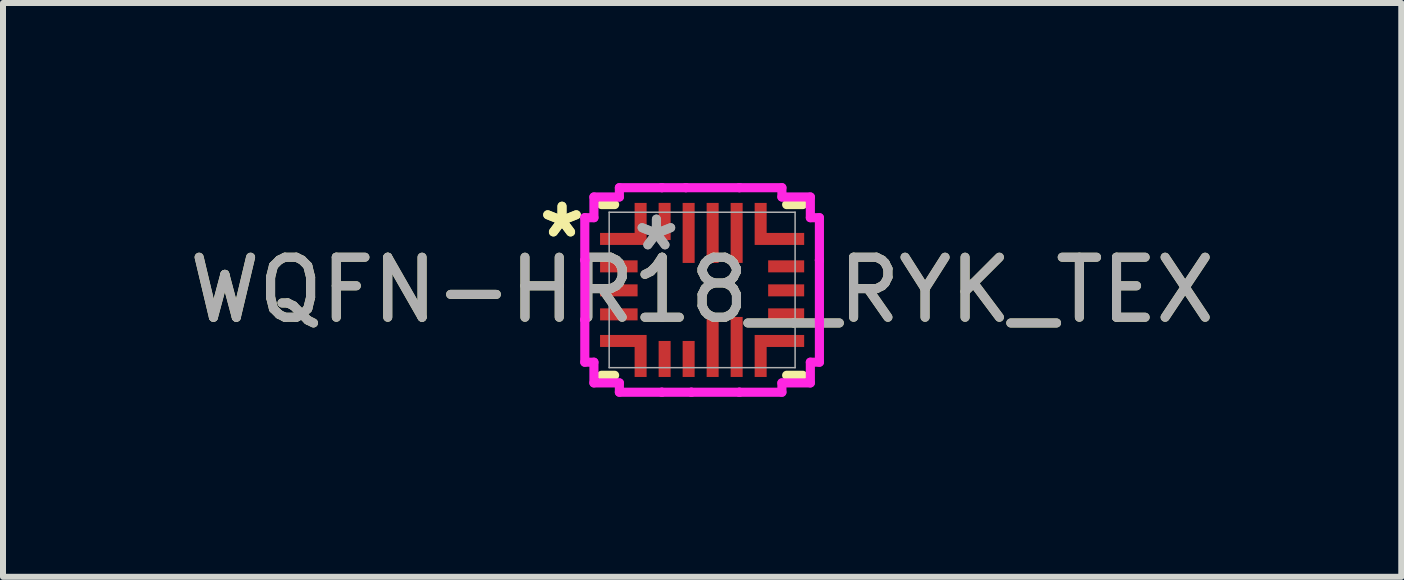
<source format=kicad_pcb>
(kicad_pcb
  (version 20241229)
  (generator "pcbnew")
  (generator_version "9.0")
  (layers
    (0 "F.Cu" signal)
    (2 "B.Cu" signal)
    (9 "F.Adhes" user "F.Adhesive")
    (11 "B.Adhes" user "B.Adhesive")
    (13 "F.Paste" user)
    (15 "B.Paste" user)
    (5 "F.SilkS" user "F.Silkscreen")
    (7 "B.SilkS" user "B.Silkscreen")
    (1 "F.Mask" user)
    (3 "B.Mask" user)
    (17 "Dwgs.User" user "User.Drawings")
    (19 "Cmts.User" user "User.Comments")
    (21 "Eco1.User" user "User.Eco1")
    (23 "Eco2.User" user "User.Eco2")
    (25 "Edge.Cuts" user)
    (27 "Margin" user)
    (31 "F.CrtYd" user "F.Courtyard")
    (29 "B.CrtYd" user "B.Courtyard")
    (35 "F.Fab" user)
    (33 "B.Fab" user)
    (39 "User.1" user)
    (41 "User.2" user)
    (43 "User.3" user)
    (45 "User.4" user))
  (footprint "WQFN-HR18__RYK_TEX"
    (layer "F.Cu")
    (at 8.649 1.781)
    (property "Reference" "WQFN-HR18__RYK_TEX" (at 0 0 0) (unlocked yes) (layer "F.SilkS") (effects (font (size 1 1) (thickness 0.15))))
    (attr smd)
    (fp_poly (pts (xy -1.701 -0.95) (xy -1.701 -0.75) (xy -0.925 -0.75) (xy -0.925 -1.45) (xy -1.125 -1.45) (xy -1.125 -0.95)) (stroke (width 0) (type solid)) (fill yes) (layer "F.Cu"))
    (fp_poly (pts (xy -1.701 0.95) (xy -1.701 0.75) (xy -0.925 0.75) (xy -0.925 1.45) (xy -1.125 1.45) (xy -1.125 0.95)) (stroke (width 0) (type solid)) (fill yes) (layer "F.Cu"))
    (fp_poly (pts (xy 0.875 -1.45) (xy 0.875 -0.75) (xy 1.7 -0.75) (xy 1.7 -0.95) (xy 1.075 -0.95) (xy 1.075 -1.45)) (stroke (width 0) (type solid)) (fill yes) (layer "F.Cu"))
    (fp_poly (pts (xy 0.875 1.45) (xy 0.875 0.75) (xy 1.7 0.75) (xy 1.7 0.95) (xy 1.075 0.95) (xy 1.075 1.45)) (stroke (width 0) (type solid)) (fill yes) (layer "F.Cu"))
    (fp_poly (pts (xy -1.701 -0.95) (xy -1.701 -0.75) (xy -0.925 -0.75) (xy -0.925 -1.45) (xy -1.125 -1.45) (xy -1.125 -0.95)) (stroke (width 0) (type solid)) (fill yes) (layer "F.Mask"))
    (fp_poly (pts (xy -1.701 0.95) (xy -1.701 0.75) (xy -0.925 0.75) (xy -0.925 1.45) (xy -1.125 1.45) (xy -1.125 0.95)) (stroke (width 0) (type solid)) (fill yes) (layer "F.Mask"))
    (fp_poly (pts (xy 0.875 -1.45) (xy 0.875 -0.75) (xy 1.7 -0.75) (xy 1.7 -0.95) (xy 1.075 -0.95) (xy 1.075 -1.45)) (stroke (width 0) (type solid)) (fill yes) (layer "F.Mask"))
    (fp_poly (pts (xy 0.875 1.45) (xy 0.875 0.75) (xy 1.7 0.75) (xy 1.7 0.95) (xy 1.075 0.95) (xy 1.075 1.45)) (stroke (width 0) (type solid)) (fill yes) (layer "F.Mask"))
    (fp_line (start -1.676 -1.422) (end -1.458 -1.422) (stroke (width 0.152) (type solid)) (layer "F.SilkS"))
    (fp_line (start -1.458 1.422) (end -1.676 1.422) (stroke (width 0.152) (type solid)) (layer "F.SilkS"))
    (fp_line (start 1.408 -1.422) (end 1.676 -1.422) (stroke (width 0.152) (type solid)) (layer "F.SilkS"))
    (fp_line (start 1.676 1.422) (end 1.408 1.422) (stroke (width 0.152) (type solid)) (layer "F.SilkS"))
    (fp_poly (pts (xy -1.701 -0.95) (xy -1.701 -0.75) (xy -0.925 -0.75) (xy -0.925 -1.45) (xy -1.125 -1.45) (xy -1.125 -0.95)) (stroke (width 0) (type solid)) (fill yes) (layer "F.Paste"))
    (fp_poly (pts (xy -1.701 0.95) (xy -1.701 0.75) (xy -0.925 0.75) (xy -0.925 1.45) (xy -1.125 1.45) (xy -1.125 0.95)) (stroke (width 0) (type solid)) (fill yes) (layer "F.Paste"))
    (fp_poly (pts (xy 0.875 -1.45) (xy 0.875 -0.75) (xy 1.7 -0.75) (xy 1.7 -0.95) (xy 1.075 -0.95) (xy 1.075 -1.45)) (stroke (width 0) (type solid)) (fill yes) (layer "F.Paste"))
    (fp_poly (pts (xy 0.875 1.45) (xy 0.875 0.75) (xy 1.7 0.75) (xy 1.7 0.95) (xy 1.075 0.95) (xy 1.075 1.45)) (stroke (width 0) (type solid)) (fill yes) (layer "F.Paste"))
    (fp_line (start -1.955 -1.204) (end -1.955 -0.496) (stroke (width 0.152) (type solid)) (layer "F.CrtYd"))
    (fp_line (start -1.955 -0.496) (end -1.954 -0.496) (stroke (width 0.152) (type solid)) (layer "F.CrtYd"))
    (fp_line (start -1.955 0.496) (end -1.955 1.204) (stroke (width 0.152) (type solid)) (layer "F.CrtYd"))
    (fp_line (start -1.955 1.204) (end -1.803 1.204) (stroke (width 0.152) (type solid)) (layer "F.CrtYd"))
    (fp_line (start -1.954 -0.496) (end -1.954 0.496) (stroke (width 0.152) (type solid)) (layer "F.CrtYd"))
    (fp_line (start -1.954 0.496) (end -1.955 0.496) (stroke (width 0.152) (type solid)) (layer "F.CrtYd"))
    (fp_line (start -1.803 -1.549) (end -1.803 -1.204) (stroke (width 0.152) (type solid)) (layer "F.CrtYd"))
    (fp_line (start -1.803 -1.204) (end -1.955 -1.204) (stroke (width 0.152) (type solid)) (layer "F.CrtYd"))
    (fp_line (start -1.803 1.204) (end -1.803 1.549) (stroke (width 0.152) (type solid)) (layer "F.CrtYd"))
    (fp_line (start -1.803 1.549) (end -1.379 1.549) (stroke (width 0.152) (type solid)) (layer "F.CrtYd"))
    (fp_line (start -1.379 -1.704) (end -1.379 -1.549) (stroke (width 0.152) (type solid)) (layer "F.CrtYd"))
    (fp_line (start -1.379 -1.549) (end -1.803 -1.549) (stroke (width 0.152) (type solid)) (layer "F.CrtYd"))
    (fp_line (start -1.379 1.549) (end -1.379 1.704) (stroke (width 0.152) (type solid)) (layer "F.CrtYd"))
    (fp_line (start -1.379 1.704) (end -0.671 1.704) (stroke (width 0.152) (type solid)) (layer "F.CrtYd"))
    (fp_line (start -0.671 -1.704) (end -0.671 -1.704) (stroke (width 0.152) (type solid)) (layer "F.CrtYd"))
    (fp_line (start -0.671 -1.704) (end -1.379 -1.704) (stroke (width 0.152) (type solid)) (layer "F.CrtYd"))
    (fp_line (start -0.671 1.704) (end -0.671 1.704) (stroke (width 0.152) (type solid)) (layer "F.CrtYd"))
    (fp_line (start -0.671 1.704) (end -0.179 1.704) (stroke (width 0.152) (type solid)) (layer "F.CrtYd"))
    (fp_line (start -0.271 -1.704) (end -0.671 -1.704) (stroke (width 0.152) (type solid)) (layer "F.CrtYd"))
    (fp_line (start -0.271 -1.704) (end -0.271 -1.704) (stroke (width 0.152) (type solid)) (layer "F.CrtYd"))
    (fp_line (start -0.179 1.704) (end 0.621 1.704) (stroke (width 0.152) (type solid)) (layer "F.CrtYd"))
    (fp_line (start -0.179 1.704) (end -0.179 1.704) (stroke (width 0.152) (type solid)) (layer "F.CrtYd"))
    (fp_line (start 0.621 -1.704) (end 0.621 -1.704) (stroke (width 0.152) (type solid)) (layer "F.CrtYd"))
    (fp_line (start 0.621 -1.704) (end -0.271 -1.704) (stroke (width 0.152) (type solid)) (layer "F.CrtYd"))
    (fp_line (start 0.621 1.704) (end 0.621 1.704) (stroke (width 0.152) (type solid)) (layer "F.CrtYd"))
    (fp_line (start 0.621 1.704) (end 1.329 1.704) (stroke (width 0.152) (type solid)) (layer "F.CrtYd"))
    (fp_line (start 1.329 -1.704) (end 0.621 -1.704) (stroke (width 0.152) (type solid)) (layer "F.CrtYd"))
    (fp_line (start 1.329 -1.549) (end 1.329 -1.704) (stroke (width 0.152) (type solid)) (layer "F.CrtYd"))
    (fp_line (start 1.329 1.549) (end 1.803 1.549) (stroke (width 0.152) (type solid)) (layer "F.CrtYd"))
    (fp_line (start 1.329 1.704) (end 1.329 1.549) (stroke (width 0.152) (type solid)) (layer "F.CrtYd"))
    (fp_line (start 1.803 -1.549) (end 1.329 -1.549) (stroke (width 0.152) (type solid)) (layer "F.CrtYd"))
    (fp_line (start 1.803 -1.204) (end 1.803 -1.549) (stroke (width 0.152) (type solid)) (layer "F.CrtYd"))
    (fp_line (start 1.803 1.204) (end 1.954 1.204) (stroke (width 0.152) (type solid)) (layer "F.CrtYd"))
    (fp_line (start 1.803 1.549) (end 1.803 1.204) (stroke (width 0.152) (type solid)) (layer "F.CrtYd"))
    (fp_line (start 1.954 -1.204) (end 1.803 -1.204) (stroke (width 0.152) (type solid)) (layer "F.CrtYd"))
    (fp_line (start 1.954 -0.496) (end 1.954 -1.204) (stroke (width 0.152) (type solid)) (layer "F.CrtYd"))
    (fp_line (start 1.954 -0.496) (end 1.954 -0.496) (stroke (width 0.152) (type solid)) (layer "F.CrtYd"))
    (fp_line (start 1.954 0.496) (end 1.954 -0.496) (stroke (width 0.152) (type solid)) (layer "F.CrtYd"))
    (fp_line (start 1.954 0.496) (end 1.954 0.496) (stroke (width 0.152) (type solid)) (layer "F.CrtYd"))
    (fp_line (start 1.954 1.204) (end 1.954 0.496) (stroke (width 0.152) (type solid)) (layer "F.CrtYd"))
    (fp_line (start -1.549 -1.295) (end -1.549 1.295) (stroke (width 0.025) (type solid)) (layer "F.Fab"))
    (fp_line (start -1.549 1.295) (end 1.549 1.295) (stroke (width 0.025) (type solid)) (layer "F.Fab"))
    (fp_line (start 1.549 -1.295) (end -1.549 -1.295) (stroke (width 0.025) (type solid)) (layer "F.Fab"))
    (fp_line (start 1.549 1.295) (end 1.549 -1.295) (stroke (width 0.025) (type solid)) (layer "F.Fab"))
    (fp_text user "*" (at -2.335 -0.85 0) (unlocked yes) (layer "F.SilkS") (effects (font (size 1 1) (thickness 0.15))))
    (fp_text user "*" (at -2.335 -0.85 0) (layer "F.SilkS") (effects (font (size 1 1) (thickness 0.15))))
    (fp_text user "${REFERENCE}" (at 0 0 0) (unlocked yes) (layer "F.Fab") (effects (font (size 1 1) (thickness 0.15))))
    (fp_text user "*" (at -0.762 -0.635 0) (layer "F.Fab") (effects (font (size 1 1) (thickness 0.15))))
    (fp_text user "*" (at -0.762 -0.635 0) (unlocked yes) (layer "F.Fab") (effects (font (size 1 1) (thickness 0.15))))
    (pad "1" smd rect (at -1.025 -0.85) (size 0.127 0.127) (layers "F.Cu" "F.Mask" "F.Paste"))
    (pad "2" smd rect (at -1.388 -0.393) (size 0.625 0.2) (layers "F.Cu" "F.Mask" "F.Paste"))
    (pad "3" smd rect (at -1.388 0.007) (size 0.625 0.2) (layers "F.Cu" "F.Mask" "F.Paste"))
    (pad "4" smd rect (at -1.388 0.407) (size 0.625 0.2) (layers "F.Cu" "F.Mask" "F.Paste"))
    (pad "5" smd rect (at -1.025 0.85) (size 0.127 0.127) (layers "F.Cu" "F.Mask" "F.Paste"))
    (pad "6" smd rect (at -0.625 1.15 90) (size 0.6 0.2) (layers "F.Cu" "F.Mask" "F.Paste"))
    (pad "7" smd rect (at -0.225 1.15 90) (size 0.6 0.2) (layers "F.Cu" "F.Mask" "F.Paste"))
    (pad "8" smd rect (at 0.175 0.95) (size 0.2 1) (layers "F.Cu" "F.Mask" "F.Paste"))
    (pad "9" smd rect (at 0.575 0.95) (size 0.2 1) (layers "F.Cu" "F.Mask" "F.Paste"))
    (pad "10" smd rect (at 0.975 0.85) (size 0.127 0.127) (layers "F.Cu" "F.Mask" "F.Paste"))
    (pad "11" smd rect (at 1.4 0.407) (size 0.6 0.2) (layers "F.Cu" "F.Mask" "F.Paste"))
    (pad "12" smd rect (at 1.4 0.007) (size 0.6 0.2) (layers "F.Cu" "F.Mask" "F.Paste"))
    (pad "13" smd rect (at 1.4 -0.393) (size 0.6 0.2) (layers "F.Cu" "F.Mask" "F.Paste"))
    (pad "14" smd rect (at 0.975 -0.85) (size 0.127 0.127) (layers "F.Cu" "F.Mask" "F.Paste"))
    (pad "15" smd rect (at 0.575 -0.95) (size 0.2 1) (layers "F.Cu" "F.Mask" "F.Paste"))
    (pad "16" smd rect (at 0.175 -0.95) (size 0.2 1) (layers "F.Cu" "F.Mask" "F.Paste"))
    (pad "17" smd rect (at -0.225 -0.95) (size 0.2 1) (layers "F.Cu" "F.Mask" "F.Paste"))
    (pad "18" smd rect (at -0.625 -1.141 90) (size 0.619 0.2) (layers "F.Cu" "F.Mask" "F.Paste")))
  (gr_rect
    (start -3 -3)
    (end 20.298 6.561)
    (stroke (width 0.1) (type default))
    (fill no)
    (layer "Edge.Cuts")))
</source>
